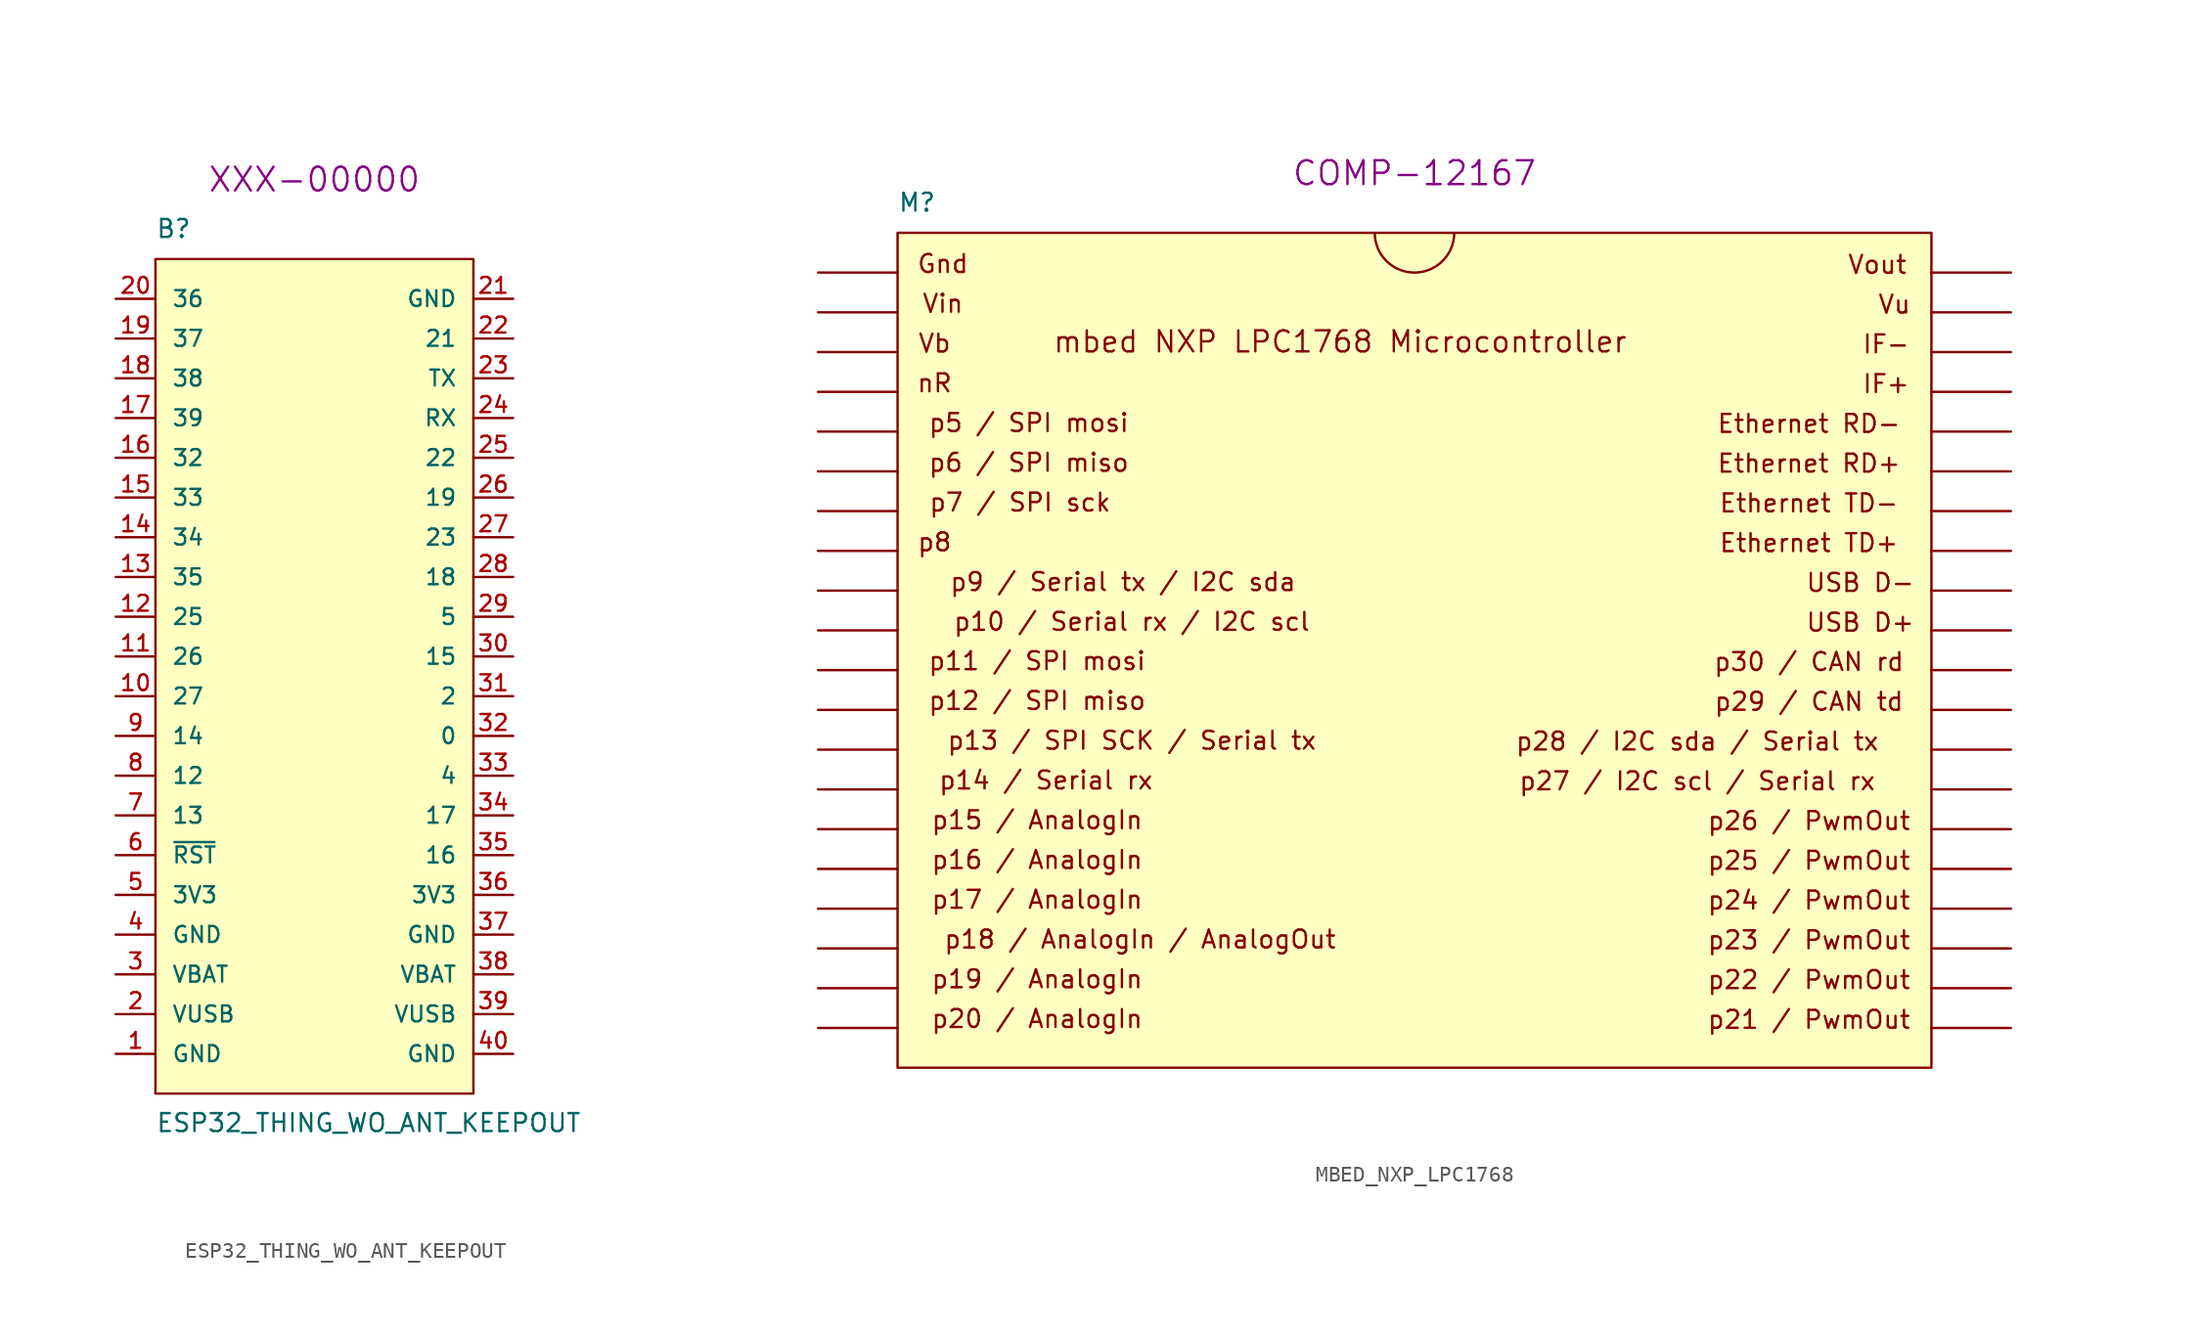
<source format=kicad_sym>
(kicad_symbol_lib
  (version 20220914)
  (generator kicad_symbol_editor)
  (symbol "ESP32_THING_WO_ANT_KEEPOUT"
    (pin_names
      (offset 1.016))
    (property "Reference" "B"
      (at -10.16 29.21 0)
      (effects (font (size 1.143 1.143)) (justify left bottom)))
    (property "Value" "ESP32_THING_WO_ANT_KEEPOUT"
      (at -10.16 -27.94 0)
      (effects (font (size 1.143 1.143)) (justify left bottom)))
    (property "Field4" "XXX-00000"
      (at 0 33.02 0)
      (effects (font (size 1.524 1.524))))
    (property "ki_locked" ""
      (at 0 0 0)
      (effects (font (size 1.27 1.27))))
    (symbol "ESP32_THING_WO_ANT_KEEPOUT_1_1"
      (polyline (pts (xy -10.16 -25.4) (xy -10.16 27.94) (xy 10.16 27.94) (xy 10.16 -25.4) (xy -10.16 -25.4)) (stroke (width 0) (type solid)) (fill (type background)))
      (pin bidirectional line (at -12.7 -22.86 0) (length 2.54) (name "GND" (effects (font (size 1.016 1.016)))) (number "1" (effects (font (size 1.016 1.016)))))
      (pin bidirectional line (at -12.7 0 0) (length 2.54) (name "27" (effects (font (size 1.016 1.016)))) (number "10" (effects (font (size 1.016 1.016)))))
      (pin bidirectional line (at -12.7 2.54 0) (length 2.54) (name "26" (effects (font (size 1.016 1.016)))) (number "11" (effects (font (size 1.016 1.016)))))
      (pin bidirectional line (at -12.7 5.08 0) (length 2.54) (name "25" (effects (font (size 1.016 1.016)))) (number "12" (effects (font (size 1.016 1.016)))))
      (pin bidirectional line (at -12.7 7.62 0) (length 2.54) (name "35" (effects (font (size 1.016 1.016)))) (number "13" (effects (font (size 1.016 1.016)))))
      (pin bidirectional line (at -12.7 10.16 0) (length 2.54) (name "34" (effects (font (size 1.016 1.016)))) (number "14" (effects (font (size 1.016 1.016)))))
      (pin bidirectional line (at -12.7 12.7 0) (length 2.54) (name "33" (effects (font (size 1.016 1.016)))) (number "15" (effects (font (size 1.016 1.016)))))
      (pin bidirectional line (at -12.7 15.24 0) (length 2.54) (name "32" (effects (font (size 1.016 1.016)))) (number "16" (effects (font (size 1.016 1.016)))))
      (pin bidirectional line (at -12.7 17.78 0) (length 2.54) (name "39" (effects (font (size 1.016 1.016)))) (number "17" (effects (font (size 1.016 1.016)))))
      (pin bidirectional line (at -12.7 20.32 0) (length 2.54) (name "38" (effects (font (size 1.016 1.016)))) (number "18" (effects (font (size 1.016 1.016)))))
      (pin bidirectional line (at -12.7 22.86 0) (length 2.54) (name "37" (effects (font (size 1.016 1.016)))) (number "19" (effects (font (size 1.016 1.016)))))
      (pin bidirectional line (at -12.7 -20.32 0) (length 2.54) (name "VUSB" (effects (font (size 1.016 1.016)))) (number "2" (effects (font (size 1.016 1.016)))))
      (pin bidirectional line (at -12.7 25.4 0) (length 2.54) (name "36" (effects (font (size 1.016 1.016)))) (number "20" (effects (font (size 1.016 1.016)))))
      (pin bidirectional line (at 12.7 25.4 180) (length 2.54) (name "GND" (effects (font (size 1.016 1.016)))) (number "21" (effects (font (size 1.016 1.016)))))
      (pin bidirectional line (at 12.7 22.86 180) (length 2.54) (name "21" (effects (font (size 1.016 1.016)))) (number "22" (effects (font (size 1.016 1.016)))))
      (pin bidirectional line (at 12.7 20.32 180) (length 2.54) (name "TX" (effects (font (size 1.016 1.016)))) (number "23" (effects (font (size 1.016 1.016)))))
      (pin bidirectional line (at 12.7 17.78 180) (length 2.54) (name "RX" (effects (font (size 1.016 1.016)))) (number "24" (effects (font (size 1.016 1.016)))))
      (pin bidirectional line (at 12.7 15.24 180) (length 2.54) (name "22" (effects (font (size 1.016 1.016)))) (number "25" (effects (font (size 1.016 1.016)))))
      (pin bidirectional line (at 12.7 12.7 180) (length 2.54) (name "19" (effects (font (size 1.016 1.016)))) (number "26" (effects (font (size 1.016 1.016)))))
      (pin bidirectional line (at 12.7 10.16 180) (length 2.54) (name "23" (effects (font (size 1.016 1.016)))) (number "27" (effects (font (size 1.016 1.016)))))
      (pin bidirectional line (at 12.7 7.62 180) (length 2.54) (name "18" (effects (font (size 1.016 1.016)))) (number "28" (effects (font (size 1.016 1.016)))))
      (pin bidirectional line (at 12.7 5.08 180) (length 2.54) (name "5" (effects (font (size 1.016 1.016)))) (number "29" (effects (font (size 1.016 1.016)))))
      (pin bidirectional line (at -12.7 -17.78 0) (length 2.54) (name "VBAT" (effects (font (size 1.016 1.016)))) (number "3" (effects (font (size 1.016 1.016)))))
      (pin bidirectional line (at 12.7 2.54 180) (length 2.54) (name "15" (effects (font (size 1.016 1.016)))) (number "30" (effects (font (size 1.016 1.016)))))
      (pin bidirectional line (at 12.7 0 180) (length 2.54) (name "2" (effects (font (size 1.016 1.016)))) (number "31" (effects (font (size 1.016 1.016)))))
      (pin bidirectional line (at 12.7 -2.54 180) (length 2.54) (name "0" (effects (font (size 1.016 1.016)))) (number "32" (effects (font (size 1.016 1.016)))))
      (pin bidirectional line (at 12.7 -5.08 180) (length 2.54) (name "4" (effects (font (size 1.016 1.016)))) (number "33" (effects (font (size 1.016 1.016)))))
      (pin bidirectional line (at 12.7 -7.62 180) (length 2.54) (name "17" (effects (font (size 1.016 1.016)))) (number "34" (effects (font (size 1.016 1.016)))))
      (pin bidirectional line (at 12.7 -10.16 180) (length 2.54) (name "16" (effects (font (size 1.016 1.016)))) (number "35" (effects (font (size 1.016 1.016)))))
      (pin bidirectional line (at 12.7 -12.7 180) (length 2.54) (name "3V3" (effects (font (size 1.016 1.016)))) (number "36" (effects (font (size 1.016 1.016)))))
      (pin bidirectional line (at 12.7 -15.24 180) (length 2.54) (name "GND" (effects (font (size 1.016 1.016)))) (number "37" (effects (font (size 1.016 1.016)))))
      (pin bidirectional line (at 12.7 -17.78 180) (length 2.54) (name "VBAT" (effects (font (size 1.016 1.016)))) (number "38" (effects (font (size 1.016 1.016)))))
      (pin bidirectional line (at 12.7 -20.32 180) (length 2.54) (name "VUSB" (effects (font (size 1.016 1.016)))) (number "39" (effects (font (size 1.016 1.016)))))
      (pin bidirectional line (at -12.7 -15.24 0) (length 2.54) (name "GND" (effects (font (size 1.016 1.016)))) (number "4" (effects (font (size 1.016 1.016)))))
      (pin bidirectional line (at 12.7 -22.86 180) (length 2.54) (name "GND" (effects (font (size 1.016 1.016)))) (number "40" (effects (font (size 1.016 1.016)))))
      (pin bidirectional line (at -12.7 -12.7 0) (length 2.54) (name "3V3" (effects (font (size 1.016 1.016)))) (number "5" (effects (font (size 1.016 1.016)))))
      (pin bidirectional line (at -12.7 -10.16 0) (length 2.54) (name "~{RST}" (effects (font (size 1.016 1.016)))) (number "6" (effects (font (size 1.016 1.016)))))
      (pin bidirectional line (at -12.7 -7.62 0) (length 2.54) (name "13" (effects (font (size 1.016 1.016)))) (number "7" (effects (font (size 1.016 1.016)))))
      (pin bidirectional line (at -12.7 -5.08 0) (length 2.54) (name "12" (effects (font (size 1.016 1.016)))) (number "8" (effects (font (size 1.016 1.016)))))
      (pin bidirectional line (at -12.7 -2.54 0) (length 2.54) (name "14" (effects (font (size 1.016 1.016)))) (number "9" (effects (font (size 1.016 1.016)))))))
  (symbol "MBED_NXP_LPC1768"
    (pin_numbers hide)
    (pin_names
      (offset 1.016) hide)
    (property "Reference" "M"
      (at -33.02 26.67 0)
      (effects (font (size 1.143 1.143)) (justify left bottom)))
    (property "Field4" "COMP-12167"
      (at 0 29.21 0)
      (effects (font (size 1.524 1.524))))
    (property "ki_locked" ""
      (at 0 0 0)
      (effects (font (size 1.27 1.27))))
    (symbol "MBED_NXP_LPC1768_1_0"
      (text "Ethernet RD+" (at 25.197 10.668 0) (effects (font (size 1.143 1.143))))
      (text "Ethernet RD-" (at 25.197 13.208 0) (effects (font (size 1.143 1.143))))
      (text "Ethernet TD+" (at 25.197 5.588 0) (effects (font (size 1.143 1.143))))
      (text "Ethernet TD-" (at 25.197 8.128 0) (effects (font (size 1.143 1.143))))
      (text "Gnd" (at -30.124 23.419 0) (effects (font (size 1.143 1.143))))
      (text "IF+" (at 30.124 15.748 0) (effects (font (size 1.143 1.143))))
      (text "IF-" (at 30.124 18.288 0) (effects (font (size 1.143 1.143))))
      (text "mbed NXP LPC1768 Microcontroller" (at -4.75 18.44 0) (effects (font (size 1.346 1.346))))
      (text "nR" (at -30.658 15.799 0) (effects (font (size 1.143 1.143))))
      (text "p10 / Serial rx / I2C scl" (at -18.059 0.559 0) (effects (font (size 1.143 1.143))))
      (text "p11 / SPI mosi" (at -24.105 -1.956 0) (effects (font (size 1.143 1.143))))
      (text "p12 / SPI miso" (at -24.105 -4.496 0) (effects (font (size 1.143 1.143))))
      (text "p13 / SPI SCK / Serial tx" (at -18.059 -7.036 0) (effects (font (size 1.143 1.143))))
      (text "p14 / Serial rx" (at -23.546 -9.576 0) (effects (font (size 1.143 1.143))))
      (text "p15 / AnalogIn" (at -24.105 -12.116 0) (effects (font (size 1.143 1.143))))
      (text "p16 / AnalogIn" (at -24.105 -14.656 0) (effects (font (size 1.143 1.143))))
      (text "p17 / AnalogIn" (at -24.105 -17.196 0) (effects (font (size 1.143 1.143))))
      (text "p18 / AnalogIn / AnalogOut" (at -17.526 -19.736 0) (effects (font (size 1.143 1.143))))
      (text "p19 / AnalogIn" (at -24.105 -22.276 0) (effects (font (size 1.143 1.143))))
      (text "p20 / AnalogIn" (at -24.105 -24.816 0) (effects (font (size 1.143 1.143))))
      (text "p21 / PwmOut" (at 25.197 -24.867 0) (effects (font (size 1.143 1.143))))
      (text "p22 / PwmOut" (at 25.197 -22.327 0) (effects (font (size 1.143 1.143))))
      (text "p23 / PwmOut" (at 25.197 -19.787 0) (effects (font (size 1.143 1.143))))
      (text "p24 / PwmOut" (at 25.197 -17.247 0) (effects (font (size 1.143 1.143))))
      (text "p25 / PwmOut" (at 25.197 -14.707 0) (effects (font (size 1.143 1.143))))
      (text "p26 / PwmOut" (at 25.197 -12.167 0) (effects (font (size 1.143 1.143))))
      (text "p27 / I2C scl / Serial rx" (at 18.059 -9.627 0) (effects (font (size 1.143 1.143))))
      (text "p28 / I2C sda / Serial tx" (at 18.059 -7.087 0) (effects (font (size 1.143 1.143))))
      (text "p29 / CAN td" (at 25.197 -4.547 0) (effects (font (size 1.143 1.143))))
      (text "p30 / CAN rd" (at 25.197 -2.007 0) (effects (font (size 1.143 1.143))))
      (text "p5 / SPI mosi" (at -24.638 13.259 0) (effects (font (size 1.143 1.143))))
      (text "p6 / SPI miso" (at -24.638 10.719 0) (effects (font (size 1.143 1.143))))
      (text "p7 / SPI sck" (at -25.197 8.179 0) (effects (font (size 1.143 1.143))))
      (text "p8" (at -30.658 5.639 0) (effects (font (size 1.143 1.143))))
      (text "p9 / Serial tx / I2C sda" (at -18.618 3.099 0) (effects (font (size 1.143 1.143))))
      (text "USB D+" (at 28.473 0.508 0) (effects (font (size 1.143 1.143))))
      (text "USB D-" (at 28.473 3.048 0) (effects (font (size 1.143 1.143))))
      (text "Vb" (at -30.658 18.339 0) (effects (font (size 1.143 1.143))))
      (text "Vin" (at -30.124 20.879 0) (effects (font (size 1.143 1.143))))
      (text "Vout" (at 29.566 23.368 0) (effects (font (size 1.143 1.143))))
      (text "Vu" (at 30.658 20.828 0) (effects (font (size 1.143 1.143)))))
    (symbol "MBED_NXP_LPC1768_1_1"
      (arc (start -2.54 25.4) (mid 0 22.871) (end 2.54 25.4) (stroke (width 0) (type solid)) (fill (type none)))
      (polyline (pts (xy -33.02 25.4) (xy -33.02 -27.94) (xy 33.02 -27.94) (xy 33.02 25.4) (xy 2.54 25.4) (xy -2.54 25.4) (xy -33.02 25.4)) (stroke (width 0) (type solid)) (fill (type background)))
      (pin bidirectional line (at -38.1 22.86 0) (length 5.08) (name "P$1" (effects (font (size 1.016 1.016)))) (number "1" (effects (font (size 1.016 1.016)))))
      (pin bidirectional line (at -38.1 0 0) (length 5.08) (name "P$10" (effects (font (size 1.016 1.016)))) (number "10" (effects (font (size 1.016 1.016)))))
      (pin bidirectional line (at -38.1 -2.54 0) (length 5.08) (name "P$11" (effects (font (size 1.016 1.016)))) (number "11" (effects (font (size 1.016 1.016)))))
      (pin bidirectional line (at -38.1 -5.08 0) (length 5.08) (name "P$12" (effects (font (size 1.016 1.016)))) (number "12" (effects (font (size 1.016 1.016)))))
      (pin bidirectional line (at -38.1 -7.62 0) (length 5.08) (name "P$13" (effects (font (size 1.016 1.016)))) (number "13" (effects (font (size 1.016 1.016)))))
      (pin bidirectional line (at -38.1 -10.16 0) (length 5.08) (name "P$14" (effects (font (size 1.016 1.016)))) (number "14" (effects (font (size 1.016 1.016)))))
      (pin bidirectional line (at -38.1 -12.7 0) (length 5.08) (name "P$15" (effects (font (size 1.016 1.016)))) (number "15" (effects (font (size 1.016 1.016)))))
      (pin bidirectional line (at -38.1 -15.24 0) (length 5.08) (name "P$16" (effects (font (size 1.016 1.016)))) (number "16" (effects (font (size 1.016 1.016)))))
      (pin bidirectional line (at -38.1 -17.78 0) (length 5.08) (name "P$17" (effects (font (size 1.016 1.016)))) (number "17" (effects (font (size 1.016 1.016)))))
      (pin bidirectional line (at -38.1 -20.32 0) (length 5.08) (name "P$18" (effects (font (size 1.016 1.016)))) (number "18" (effects (font (size 1.016 1.016)))))
      (pin bidirectional line (at -38.1 -22.86 0) (length 5.08) (name "P$19" (effects (font (size 1.016 1.016)))) (number "19" (effects (font (size 1.016 1.016)))))
      (pin bidirectional line (at -38.1 20.32 0) (length 5.08) (name "P$2" (effects (font (size 1.016 1.016)))) (number "2" (effects (font (size 1.016 1.016)))))
      (pin bidirectional line (at -38.1 -25.4 0) (length 5.08) (name "P$20" (effects (font (size 1.016 1.016)))) (number "20" (effects (font (size 1.016 1.016)))))
      (pin bidirectional line (at 38.1 -25.4 180) (length 5.08) (name "P$21" (effects (font (size 1.016 1.016)))) (number "21" (effects (font (size 1.016 1.016)))))
      (pin bidirectional line (at 38.1 -22.86 180) (length 5.08) (name "P$22" (effects (font (size 1.016 1.016)))) (number "22" (effects (font (size 1.016 1.016)))))
      (pin bidirectional line (at 38.1 -20.32 180) (length 5.08) (name "P$23" (effects (font (size 1.016 1.016)))) (number "23" (effects (font (size 1.016 1.016)))))
      (pin bidirectional line (at 38.1 -17.78 180) (length 5.08) (name "P$24" (effects (font (size 1.016 1.016)))) (number "24" (effects (font (size 1.016 1.016)))))
      (pin bidirectional line (at 38.1 -15.24 180) (length 5.08) (name "P$25" (effects (font (size 1.016 1.016)))) (number "25" (effects (font (size 1.016 1.016)))))
      (pin bidirectional line (at 38.1 -12.7 180) (length 5.08) (name "P$26" (effects (font (size 1.016 1.016)))) (number "26" (effects (font (size 1.016 1.016)))))
      (pin bidirectional line (at 38.1 -10.16 180) (length 5.08) (name "P$27" (effects (font (size 1.016 1.016)))) (number "27" (effects (font (size 1.016 1.016)))))
      (pin bidirectional line (at 38.1 -7.62 180) (length 5.08) (name "P$28" (effects (font (size 1.016 1.016)))) (number "28" (effects (font (size 1.016 1.016)))))
      (pin bidirectional line (at 38.1 -5.08 180) (length 5.08) (name "P$29" (effects (font (size 1.016 1.016)))) (number "29" (effects (font (size 1.016 1.016)))))
      (pin bidirectional line (at -38.1 17.78 0) (length 5.08) (name "P$3" (effects (font (size 1.016 1.016)))) (number "3" (effects (font (size 1.016 1.016)))))
      (pin bidirectional line (at 38.1 -2.54 180) (length 5.08) (name "P$30" (effects (font (size 1.016 1.016)))) (number "30" (effects (font (size 1.016 1.016)))))
      (pin bidirectional line (at 38.1 0 180) (length 5.08) (name "P$31" (effects (font (size 1.016 1.016)))) (number "31" (effects (font (size 1.016 1.016)))))
      (pin bidirectional line (at 38.1 2.54 180) (length 5.08) (name "P$32" (effects (font (size 1.016 1.016)))) (number "32" (effects (font (size 1.016 1.016)))))
      (pin bidirectional line (at 38.1 5.08 180) (length 5.08) (name "P$33" (effects (font (size 1.016 1.016)))) (number "33" (effects (font (size 1.016 1.016)))))
      (pin bidirectional line (at 38.1 7.62 180) (length 5.08) (name "P$34" (effects (font (size 1.016 1.016)))) (number "34" (effects (font (size 1.016 1.016)))))
      (pin bidirectional line (at 38.1 10.16 180) (length 5.08) (name "P$35" (effects (font (size 1.016 1.016)))) (number "35" (effects (font (size 1.016 1.016)))))
      (pin bidirectional line (at 38.1 12.7 180) (length 5.08) (name "P$36" (effects (font (size 1.016 1.016)))) (number "36" (effects (font (size 1.016 1.016)))))
      (pin bidirectional line (at 38.1 15.24 180) (length 5.08) (name "P$37" (effects (font (size 1.016 1.016)))) (number "37" (effects (font (size 1.016 1.016)))))
      (pin bidirectional line (at 38.1 17.78 180) (length 5.08) (name "P$38" (effects (font (size 1.016 1.016)))) (number "38" (effects (font (size 1.016 1.016)))))
      (pin bidirectional line (at 38.1 20.32 180) (length 5.08) (name "P$39" (effects (font (size 1.016 1.016)))) (number "39" (effects (font (size 1.016 1.016)))))
      (pin bidirectional line (at -38.1 15.24 0) (length 5.08) (name "P$4" (effects (font (size 1.016 1.016)))) (number "4" (effects (font (size 1.016 1.016)))))
      (pin bidirectional line (at 38.1 22.86 180) (length 5.08) (name "P$40" (effects (font (size 1.016 1.016)))) (number "40" (effects (font (size 1.016 1.016)))))
      (pin bidirectional line (at -38.1 12.7 0) (length 5.08) (name "P$5" (effects (font (size 1.016 1.016)))) (number "5" (effects (font (size 1.016 1.016)))))
      (pin bidirectional line (at -38.1 10.16 0) (length 5.08) (name "P$6" (effects (font (size 1.016 1.016)))) (number "6" (effects (font (size 1.016 1.016)))))
      (pin bidirectional line (at -38.1 7.62 0) (length 5.08) (name "P$7" (effects (font (size 1.016 1.016)))) (number "7" (effects (font (size 1.016 1.016)))))
      (pin bidirectional line (at -38.1 5.08 0) (length 5.08) (name "P$8" (effects (font (size 1.016 1.016)))) (number "8" (effects (font (size 1.016 1.016)))))
      (pin bidirectional line (at -38.1 2.54 0) (length 5.08) (name "P$9" (effects (font (size 1.016 1.016)))) (number "9" (effects (font (size 1.016 1.016))))))))
</source>
